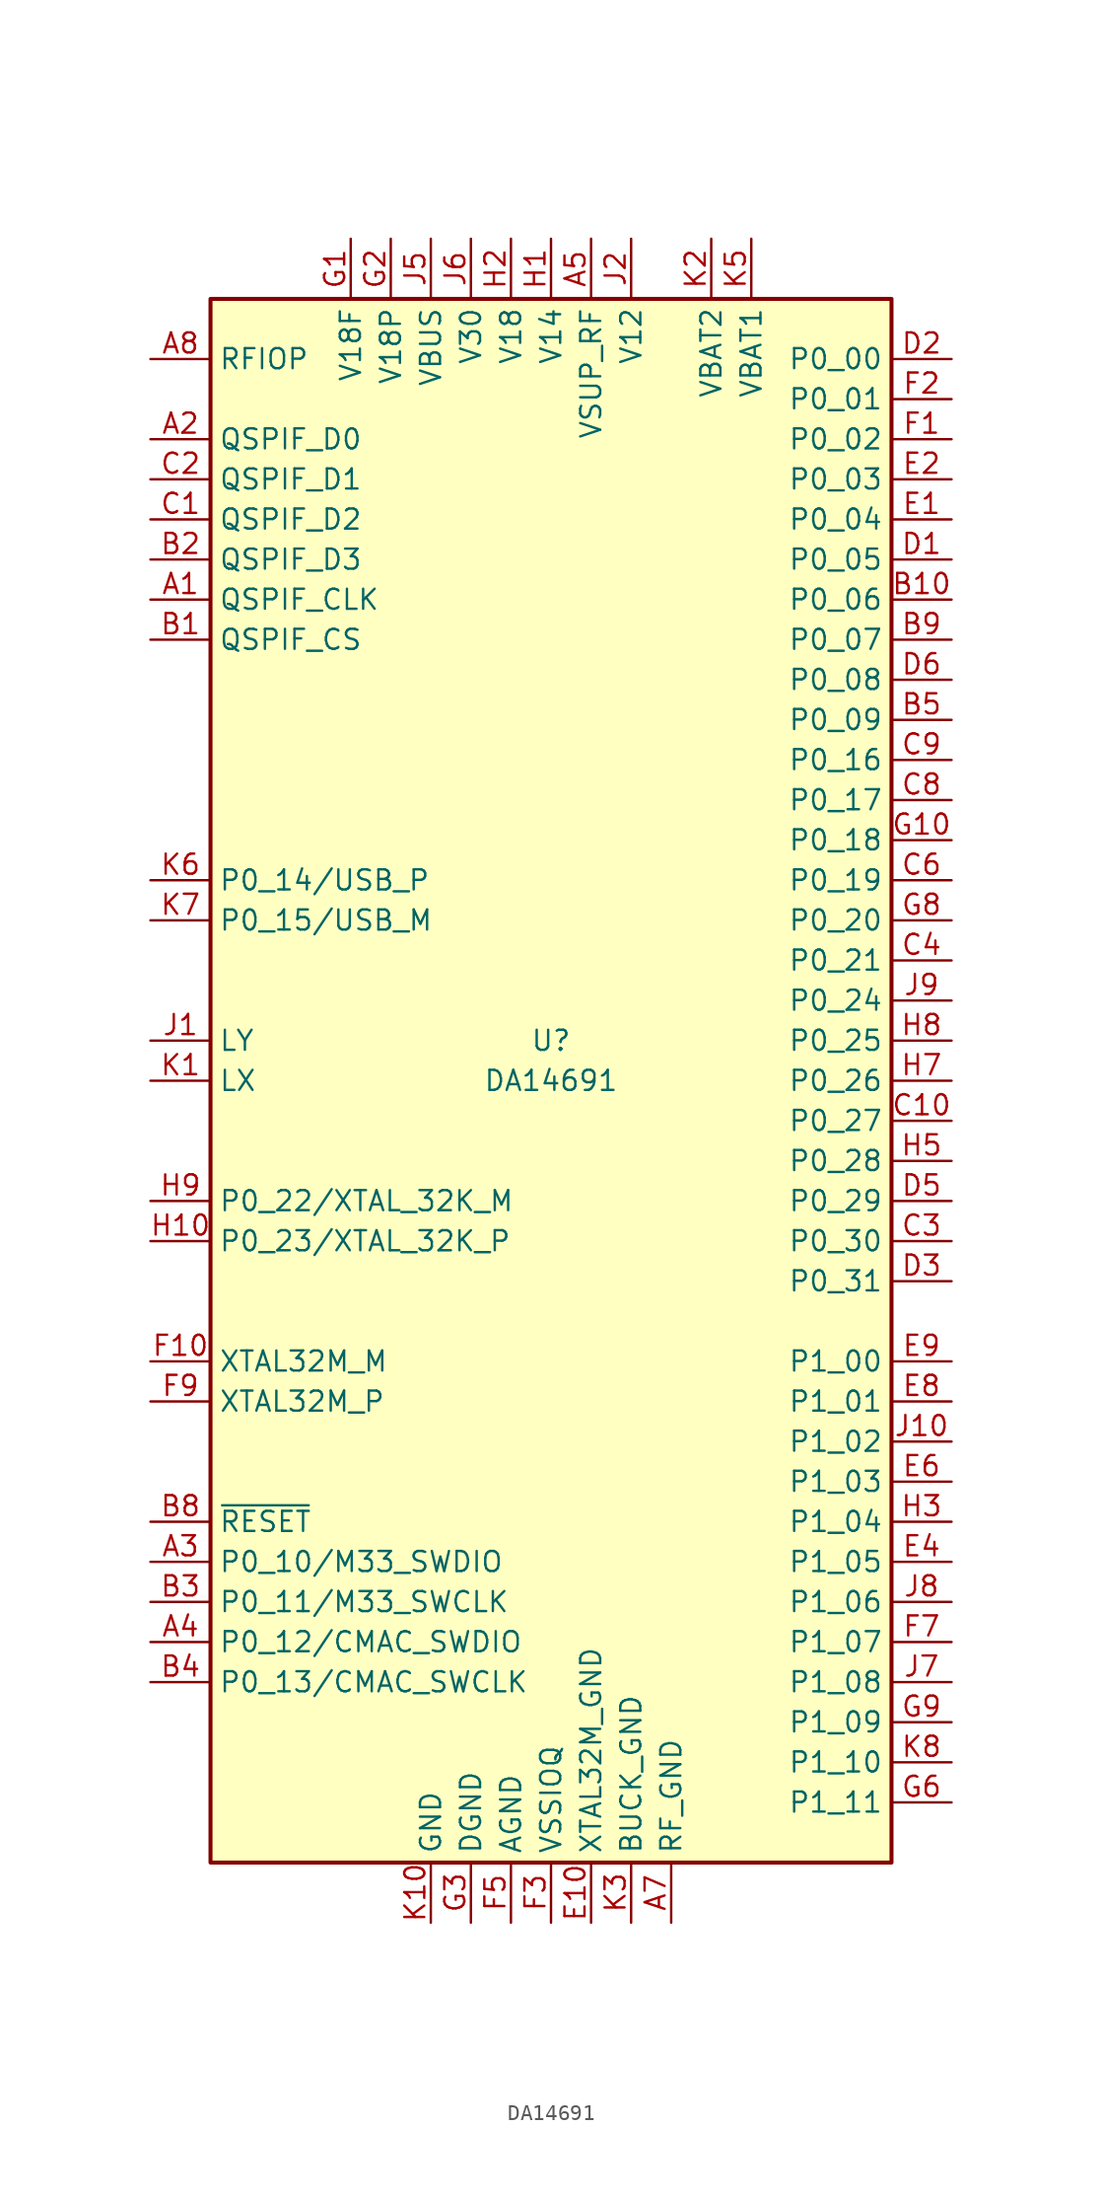
<source format=kicad_sym>
(kicad_symbol_lib
  (version 20220914)
  (generator kicad_symbol_editor)
  (symbol "DA14691"
    (property "Reference" "U"
      (at 0 2.54 0)
      (effects (font (size 1.27 1.27))))
    (property "Value" "DA14691"
      (at 0 0 0)
      (effects (font (size 1.27 1.27))))
    (symbol "DA14691_1_1"
      (rectangle (start -21.59 49.53) (end 21.59 -49.53) (stroke (width 0.254) (type default)) (fill (type background)))
      (pin output line (at -25.4 30.48 0) (length 3.81) (name "QSPIF_CLK" (effects (font (size 1.27 1.27)))) (number "A1" (effects (font (size 1.27 1.27)))))
      (pin passive line (at 7.62 -53.34 90) (length 3.81) hide (name "RF_GND" (effects (font (size 1.27 1.27)))) (number "A10" (effects (font (size 1.27 1.27)))))
      (pin bidirectional line (at -25.4 40.64 0) (length 3.81) (name "QSPIF_D0" (effects (font (size 1.27 1.27)))) (number "A2" (effects (font (size 1.27 1.27)))))
      (pin bidirectional line (at -25.4 -30.48 0) (length 3.81) (name "P0_10/M33_SWDIO" (effects (font (size 1.27 1.27)))) (number "A3" (effects (font (size 1.27 1.27)))))
      (pin bidirectional line (at -25.4 -35.56 0) (length 3.81) (name "P0_12/CMAC_SWDIO" (effects (font (size 1.27 1.27)))) (number "A4" (effects (font (size 1.27 1.27)))))
      (pin power_in line (at 2.54 53.34 270) (length 3.81) (name "VSUP_RF" (effects (font (size 1.27 1.27)))) (number "A5" (effects (font (size 1.27 1.27)))))
      (pin passive line (at 7.62 -53.34 90) (length 3.81) hide (name "RF_GND" (effects (font (size 1.27 1.27)))) (number "A6" (effects (font (size 1.27 1.27)))))
      (pin power_in line (at 7.62 -53.34 90) (length 3.81) (name "RF_GND" (effects (font (size 1.27 1.27)))) (number "A7" (effects (font (size 1.27 1.27)))))
      (pin bidirectional line (at -25.4 45.72 0) (length 3.81) (name "RFIOP" (effects (font (size 1.27 1.27)))) (number "A8" (effects (font (size 1.27 1.27)))))
      (pin passive line (at 7.62 -53.34 90) (length 3.81) hide (name "RF_GND" (effects (font (size 1.27 1.27)))) (number "A9" (effects (font (size 1.27 1.27)))))
      (pin output line (at -25.4 27.94 0) (length 3.81) (name "QSPIF_CS" (effects (font (size 1.27 1.27)))) (number "B1" (effects (font (size 1.27 1.27)))))
      (pin bidirectional line (at 25.4 30.48 180) (length 3.81) (name "P0_06" (effects (font (size 1.27 1.27)))) (number "B10" (effects (font (size 1.27 1.27)))))
      (pin bidirectional line (at -25.4 33.02 0) (length 3.81) (name "QSPIF_D3" (effects (font (size 1.27 1.27)))) (number "B2" (effects (font (size 1.27 1.27)))))
      (pin bidirectional line (at -25.4 -33.02 0) (length 3.81) (name "P0_11/M33_SWCLK" (effects (font (size 1.27 1.27)))) (number "B3" (effects (font (size 1.27 1.27)))))
      (pin bidirectional line (at -25.4 -38.1 0) (length 3.81) (name "P0_13/CMAC_SWCLK" (effects (font (size 1.27 1.27)))) (number "B4" (effects (font (size 1.27 1.27)))))
      (pin bidirectional line (at 25.4 22.86 180) (length 3.81) (name "P0_09" (effects (font (size 1.27 1.27)))) (number "B5" (effects (font (size 1.27 1.27)))))
      (pin passive line (at 7.62 -53.34 90) (length 3.81) hide (name "RF_GND" (effects (font (size 1.27 1.27)))) (number "B7" (effects (font (size 1.27 1.27)))))
      (pin input line (at -25.4 -27.94 0) (length 3.81) (name "~{RESET}" (effects (font (size 1.27 1.27)))) (number "B8" (effects (font (size 1.27 1.27)))))
      (pin bidirectional line (at 25.4 27.94 180) (length 3.81) (name "P0_07" (effects (font (size 1.27 1.27)))) (number "B9" (effects (font (size 1.27 1.27)))))
      (pin bidirectional line (at -25.4 35.56 0) (length 3.81) (name "QSPIF_D2" (effects (font (size 1.27 1.27)))) (number "C1" (effects (font (size 1.27 1.27)))))
      (pin bidirectional line (at 25.4 -2.54 180) (length 3.81) (name "P0_27" (effects (font (size 1.27 1.27)))) (number "C10" (effects (font (size 1.27 1.27)))))
      (pin bidirectional line (at -25.4 38.1 0) (length 3.81) (name "QSPIF_D1" (effects (font (size 1.27 1.27)))) (number "C2" (effects (font (size 1.27 1.27)))))
      (pin bidirectional line (at 25.4 -10.16 180) (length 3.81) (name "P0_30" (effects (font (size 1.27 1.27)))) (number "C3" (effects (font (size 1.27 1.27)))))
      (pin bidirectional line (at 25.4 7.62 180) (length 3.81) (name "P0_21" (effects (font (size 1.27 1.27)))) (number "C4" (effects (font (size 1.27 1.27)))))
      (pin bidirectional line (at 25.4 12.7 180) (length 3.81) (name "P0_19" (effects (font (size 1.27 1.27)))) (number "C6" (effects (font (size 1.27 1.27)))))
      (pin bidirectional line (at 25.4 17.78 180) (length 3.81) (name "P0_17" (effects (font (size 1.27 1.27)))) (number "C8" (effects (font (size 1.27 1.27)))))
      (pin bidirectional line (at 25.4 20.32 180) (length 3.81) (name "P0_16" (effects (font (size 1.27 1.27)))) (number "C9" (effects (font (size 1.27 1.27)))))
      (pin bidirectional line (at 25.4 33.02 180) (length 3.81) (name "P0_05" (effects (font (size 1.27 1.27)))) (number "D1" (effects (font (size 1.27 1.27)))))
      (pin passive line (at 7.62 -53.34 90) (length 3.81) hide (name "RF_GND" (effects (font (size 1.27 1.27)))) (number "D10" (effects (font (size 1.27 1.27)))))
      (pin bidirectional line (at 25.4 45.72 180) (length 3.81) (name "P0_00" (effects (font (size 1.27 1.27)))) (number "D2" (effects (font (size 1.27 1.27)))))
      (pin bidirectional line (at 25.4 -12.7 180) (length 3.81) (name "P0_31" (effects (font (size 1.27 1.27)))) (number "D3" (effects (font (size 1.27 1.27)))))
      (pin bidirectional line (at 25.4 -7.62 180) (length 3.81) (name "P0_29" (effects (font (size 1.27 1.27)))) (number "D5" (effects (font (size 1.27 1.27)))))
      (pin bidirectional line (at 25.4 25.4 180) (length 3.81) (name "P0_08" (effects (font (size 1.27 1.27)))) (number "D6" (effects (font (size 1.27 1.27)))))
      (pin passive line (at 7.62 -53.34 90) (length 3.81) hide (name "RF_GND" (effects (font (size 1.27 1.27)))) (number "D9" (effects (font (size 1.27 1.27)))))
      (pin bidirectional line (at 25.4 35.56 180) (length 3.81) (name "P0_04" (effects (font (size 1.27 1.27)))) (number "E1" (effects (font (size 1.27 1.27)))))
      (pin passive line (at 2.54 -53.34 90) (length 3.81) (name "XTAL32M_GND" (effects (font (size 1.27 1.27)))) (number "E10" (effects (font (size 1.27 1.27)))))
      (pin bidirectional line (at 25.4 38.1 180) (length 3.81) (name "P0_03" (effects (font (size 1.27 1.27)))) (number "E2" (effects (font (size 1.27 1.27)))))
      (pin bidirectional line (at 25.4 -30.48 180) (length 3.81) (name "P1_05" (effects (font (size 1.27 1.27)))) (number "E4" (effects (font (size 1.27 1.27)))))
      (pin bidirectional line (at 25.4 -25.4 180) (length 3.81) (name "P1_03" (effects (font (size 1.27 1.27)))) (number "E6" (effects (font (size 1.27 1.27)))))
      (pin bidirectional line (at 25.4 -20.32 180) (length 3.81) (name "P1_01" (effects (font (size 1.27 1.27)))) (number "E8" (effects (font (size 1.27 1.27)))))
      (pin bidirectional line (at 25.4 -17.78 180) (length 3.81) (name "P1_00" (effects (font (size 1.27 1.27)))) (number "E9" (effects (font (size 1.27 1.27)))))
      (pin bidirectional line (at 25.4 40.64 180) (length 3.81) (name "P0_02" (effects (font (size 1.27 1.27)))) (number "F1" (effects (font (size 1.27 1.27)))))
      (pin output line (at -25.4 -17.78 0) (length 3.81) (name "XTAL32M_M" (effects (font (size 1.27 1.27)))) (number "F10" (effects (font (size 1.27 1.27)))))
      (pin bidirectional line (at 25.4 43.18 180) (length 3.81) (name "P0_01" (effects (font (size 1.27 1.27)))) (number "F2" (effects (font (size 1.27 1.27)))))
      (pin power_in line (at 0 -53.34 90) (length 3.81) (name "VSSIOQ" (effects (font (size 1.27 1.27)))) (number "F3" (effects (font (size 1.27 1.27)))))
      (pin passive line (at -5.08 -53.34 90) (length 3.81) hide (name "DGND" (effects (font (size 1.27 1.27)))) (number "F4" (effects (font (size 1.27 1.27)))))
      (pin power_in line (at -2.54 -53.34 90) (length 3.81) (name "AGND" (effects (font (size 1.27 1.27)))) (number "F5" (effects (font (size 1.27 1.27)))))
      (pin bidirectional line (at 25.4 -35.56 180) (length 3.81) (name "P1_07" (effects (font (size 1.27 1.27)))) (number "F7" (effects (font (size 1.27 1.27)))))
      (pin input line (at -25.4 -20.32 0) (length 3.81) (name "XTAL32M_P" (effects (font (size 1.27 1.27)))) (number "F9" (effects (font (size 1.27 1.27)))))
      (pin power_out line (at -12.7 53.34 270) (length 3.81) (name "V18F" (effects (font (size 1.27 1.27)))) (number "G1" (effects (font (size 1.27 1.27)))))
      (pin bidirectional line (at 25.4 15.24 180) (length 3.81) (name "P0_18" (effects (font (size 1.27 1.27)))) (number "G10" (effects (font (size 1.27 1.27)))))
      (pin power_out line (at -10.16 53.34 270) (length 3.81) (name "V18P" (effects (font (size 1.27 1.27)))) (number "G2" (effects (font (size 1.27 1.27)))))
      (pin power_in line (at -5.08 -53.34 90) (length 3.81) (name "DGND" (effects (font (size 1.27 1.27)))) (number "G3" (effects (font (size 1.27 1.27)))))
      (pin passive line (at -5.08 -53.34 90) (length 3.81) hide (name "DGND" (effects (font (size 1.27 1.27)))) (number "G4" (effects (font (size 1.27 1.27)))))
      (pin passive line (at -2.54 -53.34 90) (length 3.81) hide (name "AGND" (effects (font (size 1.27 1.27)))) (number "G5" (effects (font (size 1.27 1.27)))))
      (pin bidirectional line (at 25.4 -45.72 180) (length 3.81) (name "P1_11" (effects (font (size 1.27 1.27)))) (number "G6" (effects (font (size 1.27 1.27)))))
      (pin bidirectional line (at 25.4 10.16 180) (length 3.81) (name "P0_20" (effects (font (size 1.27 1.27)))) (number "G8" (effects (font (size 1.27 1.27)))))
      (pin bidirectional line (at 25.4 -40.64 180) (length 3.81) (name "P1_09" (effects (font (size 1.27 1.27)))) (number "G9" (effects (font (size 1.27 1.27)))))
      (pin power_out line (at 0 53.34 270) (length 3.81) (name "V14" (effects (font (size 1.27 1.27)))) (number "H1" (effects (font (size 1.27 1.27)))))
      (pin bidirectional line (at -25.4 -10.16 0) (length 3.81) (name "P0_23/XTAL_32K_P" (effects (font (size 1.27 1.27)))) (number "H10" (effects (font (size 1.27 1.27)))))
      (pin power_out line (at -2.54 53.34 270) (length 3.81) (name "V18" (effects (font (size 1.27 1.27)))) (number "H2" (effects (font (size 1.27 1.27)))))
      (pin bidirectional line (at 25.4 -27.94 180) (length 3.81) (name "P1_04" (effects (font (size 1.27 1.27)))) (number "H3" (effects (font (size 1.27 1.27)))))
      (pin bidirectional line (at 25.4 -5.08 180) (length 3.81) (name "P0_28" (effects (font (size 1.27 1.27)))) (number "H5" (effects (font (size 1.27 1.27)))))
      (pin bidirectional line (at 25.4 0 180) (length 3.81) (name "P0_26" (effects (font (size 1.27 1.27)))) (number "H7" (effects (font (size 1.27 1.27)))))
      (pin bidirectional line (at 25.4 2.54 180) (length 3.81) (name "P0_25" (effects (font (size 1.27 1.27)))) (number "H8" (effects (font (size 1.27 1.27)))))
      (pin bidirectional line (at -25.4 -7.62 0) (length 3.81) (name "P0_22/XTAL_32K_M" (effects (font (size 1.27 1.27)))) (number "H9" (effects (font (size 1.27 1.27)))))
      (pin passive line (at -25.4 2.54 0) (length 3.81) (name "LY" (effects (font (size 1.27 1.27)))) (number "J1" (effects (font (size 1.27 1.27)))))
      (pin bidirectional line (at 25.4 -22.86 180) (length 3.81) (name "P1_02" (effects (font (size 1.27 1.27)))) (number "J10" (effects (font (size 1.27 1.27)))))
      (pin power_out line (at 5.08 53.34 270) (length 3.81) (name "V12" (effects (font (size 1.27 1.27)))) (number "J2" (effects (font (size 1.27 1.27)))))
      (pin passive line (at -7.62 -53.34 90) (length 3.81) hide (name "GND" (effects (font (size 1.27 1.27)))) (number "J3" (effects (font (size 1.27 1.27)))))
      (pin no_connect line (at -20.32 -45.72 0) (length 3.81) hide (name "NC" (effects (font (size 1.27 1.27)))) (number "J4" (effects (font (size 1.27 1.27)))))
      (pin power_in line (at -7.62 53.34 270) (length 3.81) (name "VBUS" (effects (font (size 1.27 1.27)))) (number "J5" (effects (font (size 1.27 1.27)))))
      (pin power_out line (at -5.08 53.34 270) (length 3.81) (name "V30" (effects (font (size 1.27 1.27)))) (number "J6" (effects (font (size 1.27 1.27)))))
      (pin bidirectional line (at 25.4 -38.1 180) (length 3.81) (name "P1_08" (effects (font (size 1.27 1.27)))) (number "J7" (effects (font (size 1.27 1.27)))))
      (pin bidirectional line (at 25.4 -33.02 180) (length 3.81) (name "P1_06" (effects (font (size 1.27 1.27)))) (number "J8" (effects (font (size 1.27 1.27)))))
      (pin bidirectional line (at 25.4 5.08 180) (length 3.81) (name "P0_24" (effects (font (size 1.27 1.27)))) (number "J9" (effects (font (size 1.27 1.27)))))
      (pin passive line (at -25.4 0 0) (length 3.81) (name "LX" (effects (font (size 1.27 1.27)))) (number "K1" (effects (font (size 1.27 1.27)))))
      (pin power_in line (at -7.62 -53.34 90) (length 3.81) (name "GND" (effects (font (size 1.27 1.27)))) (number "K10" (effects (font (size 1.27 1.27)))))
      (pin power_out line (at 10.16 53.34 270) (length 3.81) (name "VBAT2" (effects (font (size 1.27 1.27)))) (number "K2" (effects (font (size 1.27 1.27)))))
      (pin power_in line (at 5.08 -53.34 90) (length 3.81) (name "BUCK_GND" (effects (font (size 1.27 1.27)))) (number "K3" (effects (font (size 1.27 1.27)))))
      (pin no_connect line (at -20.32 -48.26 0) (length 3.81) hide (name "NC" (effects (font (size 1.27 1.27)))) (number "K4" (effects (font (size 1.27 1.27)))))
      (pin power_out line (at 12.7 53.34 270) (length 3.81) (name "VBAT1" (effects (font (size 1.27 1.27)))) (number "K5" (effects (font (size 1.27 1.27)))))
      (pin bidirectional line (at -25.4 12.7 0) (length 3.81) (name "P0_14/USB_P" (effects (font (size 1.27 1.27)))) (number "K6" (effects (font (size 1.27 1.27)))))
      (pin bidirectional line (at -25.4 10.16 0) (length 3.81) (name "P0_15/USB_M" (effects (font (size 1.27 1.27)))) (number "K7" (effects (font (size 1.27 1.27)))))
      (pin bidirectional line (at 25.4 -43.18 180) (length 3.81) (name "P1_10" (effects (font (size 1.27 1.27)))) (number "K8" (effects (font (size 1.27 1.27)))))
      (pin passive line (at -7.62 -53.34 90) (length 3.81) hide (name "GND" (effects (font (size 1.27 1.27)))) (number "K9" (effects (font (size 1.27 1.27))))))))
</source>
